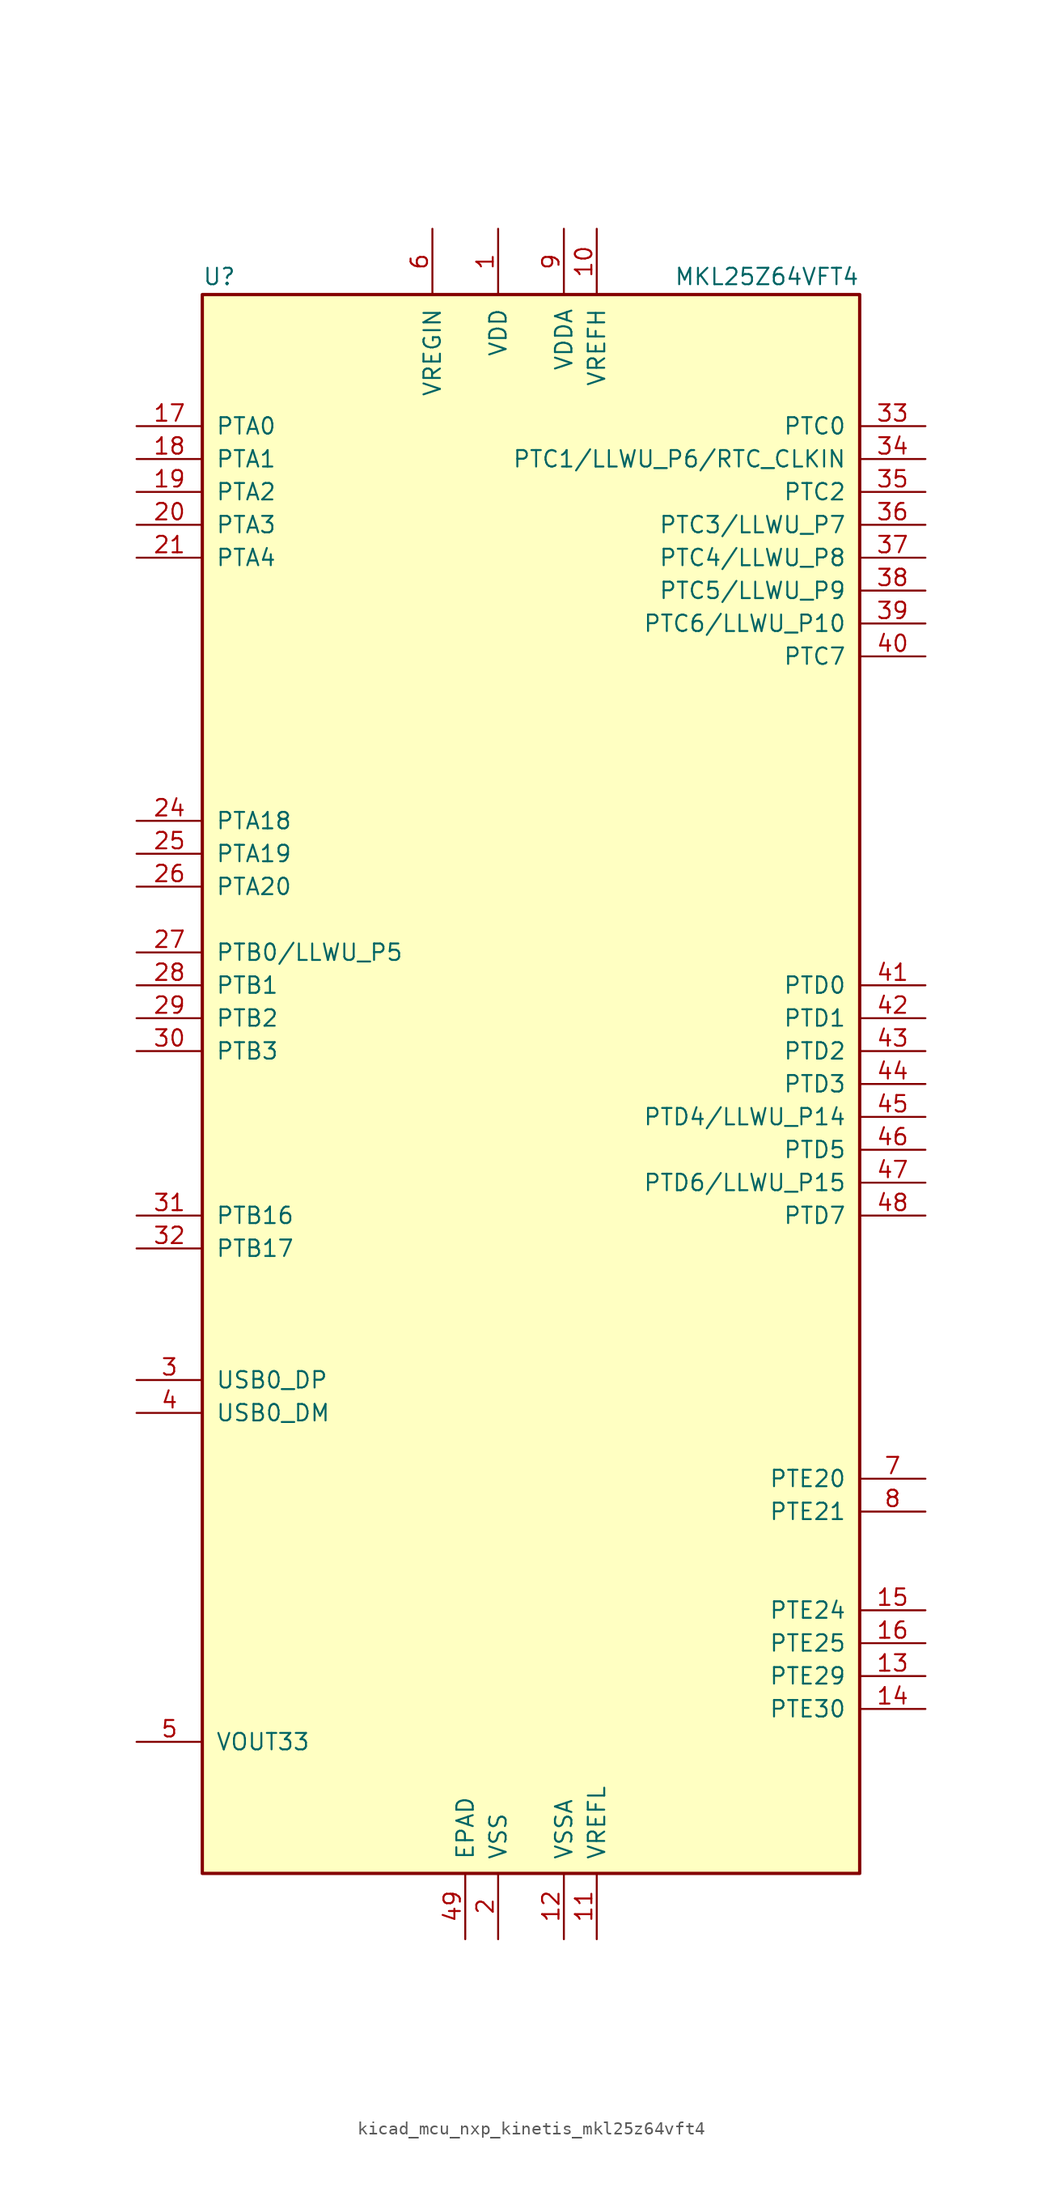
<source format=kicad_sym>
(kicad_symbol_lib
  (version 20220914)
  (generator kicad_symbol_editor)
  (symbol "kicad_mcu_nxp_kinetis_mkl25z64vft4"
    (pin_names
      (offset 1.016))
    (property "Reference" "U"
      (at -25.4 61.595 0)
      (effects (font (size 1.27 1.27)) (justify left bottom)))
    (property "Value" "MKL25Z64VFT4"
      (at 25.4 61.595 0)
      (effects (font (size 1.27 1.27)) (justify right bottom)))
    (symbol "kicad_mcu_nxp_kinetis_mkl25z64vft4_0_1"
      (rectangle (start -25.4 60.96) (end 25.4 -60.96) (stroke (width 0.254) (type default)) (fill (type background))))
    (symbol "kicad_mcu_nxp_kinetis_mkl25z64vft4_1_1"
      (pin power_in line (at -2.54 66.04 270) (length 5.08) (name "VDD" (effects (font (size 1.27 1.27)))) (number "1" (effects (font (size 1.27 1.27)))))
      (pin power_in line (at 5.08 66.04 270) (length 5.08) (name "VREFH" (effects (font (size 1.27 1.27)))) (number "10" (effects (font (size 1.27 1.27)))))
      (pin power_in line (at 5.08 -66.04 90) (length 5.08) (name "VREFL" (effects (font (size 1.27 1.27)))) (number "11" (effects (font (size 1.27 1.27)))))
      (pin power_in line (at 2.54 -66.04 90) (length 5.08) (name "VSSA" (effects (font (size 1.27 1.27)))) (number "12" (effects (font (size 1.27 1.27)))))
      (pin bidirectional line (at 30.48 -45.72 180) (length 5.08) (name "PTE29" (effects (font (size 1.27 1.27)))) (number "13" (effects (font (size 1.27 1.27)))))
      (pin bidirectional line (at 30.48 -48.26 180) (length 5.08) (name "PTE30" (effects (font (size 1.27 1.27)))) (number "14" (effects (font (size 1.27 1.27)))))
      (pin bidirectional line (at 30.48 -40.64 180) (length 5.08) (name "PTE24" (effects (font (size 1.27 1.27)))) (number "15" (effects (font (size 1.27 1.27)))))
      (pin bidirectional line (at 30.48 -43.18 180) (length 5.08) (name "PTE25" (effects (font (size 1.27 1.27)))) (number "16" (effects (font (size 1.27 1.27)))))
      (pin bidirectional line (at -30.48 50.8 0) (length 5.08) (name "PTA0" (effects (font (size 1.27 1.27)))) (number "17" (effects (font (size 1.27 1.27)))))
      (pin bidirectional line (at -30.48 48.26 0) (length 5.08) (name "PTA1" (effects (font (size 1.27 1.27)))) (number "18" (effects (font (size 1.27 1.27)))))
      (pin bidirectional line (at -30.48 45.72 0) (length 5.08) (name "PTA2" (effects (font (size 1.27 1.27)))) (number "19" (effects (font (size 1.27 1.27)))))
      (pin power_in line (at -2.54 -66.04 90) (length 5.08) (name "VSS" (effects (font (size 1.27 1.27)))) (number "2" (effects (font (size 1.27 1.27)))))
      (pin bidirectional line (at -30.48 43.18 0) (length 5.08) (name "PTA3" (effects (font (size 1.27 1.27)))) (number "20" (effects (font (size 1.27 1.27)))))
      (pin bidirectional line (at -30.48 40.64 0) (length 5.08) (name "PTA4" (effects (font (size 1.27 1.27)))) (number "21" (effects (font (size 1.27 1.27)))))
      (pin passive line (at -2.54 66.04 270) (length 5.08) hide (name "VDD" (effects (font (size 1.27 1.27)))) (number "22" (effects (font (size 1.27 1.27)))))
      (pin passive line (at -2.54 -66.04 90) (length 5.08) hide (name "VSS" (effects (font (size 1.27 1.27)))) (number "23" (effects (font (size 1.27 1.27)))))
      (pin bidirectional line (at -30.48 20.32 0) (length 5.08) (name "PTA18" (effects (font (size 1.27 1.27)))) (number "24" (effects (font (size 1.27 1.27)))))
      (pin bidirectional line (at -30.48 17.78 0) (length 5.08) (name "PTA19" (effects (font (size 1.27 1.27)))) (number "25" (effects (font (size 1.27 1.27)))))
      (pin bidirectional line (at -30.48 15.24 0) (length 5.08) (name "PTA20" (effects (font (size 1.27 1.27)))) (number "26" (effects (font (size 1.27 1.27)))))
      (pin bidirectional line (at -30.48 10.16 0) (length 5.08) (name "PTB0/LLWU_P5" (effects (font (size 1.27 1.27)))) (number "27" (effects (font (size 1.27 1.27)))))
      (pin bidirectional line (at -30.48 7.62 0) (length 5.08) (name "PTB1" (effects (font (size 1.27 1.27)))) (number "28" (effects (font (size 1.27 1.27)))))
      (pin bidirectional line (at -30.48 5.08 0) (length 5.08) (name "PTB2" (effects (font (size 1.27 1.27)))) (number "29" (effects (font (size 1.27 1.27)))))
      (pin bidirectional line (at -30.48 -22.86 0) (length 5.08) (name "USB0_DP" (effects (font (size 1.27 1.27)))) (number "3" (effects (font (size 1.27 1.27)))))
      (pin bidirectional line (at -30.48 2.54 0) (length 5.08) (name "PTB3" (effects (font (size 1.27 1.27)))) (number "30" (effects (font (size 1.27 1.27)))))
      (pin bidirectional line (at -30.48 -10.16 0) (length 5.08) (name "PTB16" (effects (font (size 1.27 1.27)))) (number "31" (effects (font (size 1.27 1.27)))))
      (pin bidirectional line (at -30.48 -12.7 0) (length 5.08) (name "PTB17" (effects (font (size 1.27 1.27)))) (number "32" (effects (font (size 1.27 1.27)))))
      (pin bidirectional line (at 30.48 50.8 180) (length 5.08) (name "PTC0" (effects (font (size 1.27 1.27)))) (number "33" (effects (font (size 1.27 1.27)))))
      (pin bidirectional line (at 30.48 48.26 180) (length 5.08) (name "PTC1/LLWU_P6/RTC_CLKIN" (effects (font (size 1.27 1.27)))) (number "34" (effects (font (size 1.27 1.27)))))
      (pin bidirectional line (at 30.48 45.72 180) (length 5.08) (name "PTC2" (effects (font (size 1.27 1.27)))) (number "35" (effects (font (size 1.27 1.27)))))
      (pin bidirectional line (at 30.48 43.18 180) (length 5.08) (name "PTC3/LLWU_P7" (effects (font (size 1.27 1.27)))) (number "36" (effects (font (size 1.27 1.27)))))
      (pin bidirectional line (at 30.48 40.64 180) (length 5.08) (name "PTC4/LLWU_P8" (effects (font (size 1.27 1.27)))) (number "37" (effects (font (size 1.27 1.27)))))
      (pin bidirectional line (at 30.48 38.1 180) (length 5.08) (name "PTC5/LLWU_P9" (effects (font (size 1.27 1.27)))) (number "38" (effects (font (size 1.27 1.27)))))
      (pin bidirectional line (at 30.48 35.56 180) (length 5.08) (name "PTC6/LLWU_P10" (effects (font (size 1.27 1.27)))) (number "39" (effects (font (size 1.27 1.27)))))
      (pin bidirectional line (at -30.48 -25.4 0) (length 5.08) (name "USB0_DM" (effects (font (size 1.27 1.27)))) (number "4" (effects (font (size 1.27 1.27)))))
      (pin bidirectional line (at 30.48 33.02 180) (length 5.08) (name "PTC7" (effects (font (size 1.27 1.27)))) (number "40" (effects (font (size 1.27 1.27)))))
      (pin bidirectional line (at 30.48 7.62 180) (length 5.08) (name "PTD0" (effects (font (size 1.27 1.27)))) (number "41" (effects (font (size 1.27 1.27)))))
      (pin bidirectional line (at 30.48 5.08 180) (length 5.08) (name "PTD1" (effects (font (size 1.27 1.27)))) (number "42" (effects (font (size 1.27 1.27)))))
      (pin bidirectional line (at 30.48 2.54 180) (length 5.08) (name "PTD2" (effects (font (size 1.27 1.27)))) (number "43" (effects (font (size 1.27 1.27)))))
      (pin bidirectional line (at 30.48 0 180) (length 5.08) (name "PTD3" (effects (font (size 1.27 1.27)))) (number "44" (effects (font (size 1.27 1.27)))))
      (pin bidirectional line (at 30.48 -2.54 180) (length 5.08) (name "PTD4/LLWU_P14" (effects (font (size 1.27 1.27)))) (number "45" (effects (font (size 1.27 1.27)))))
      (pin bidirectional line (at 30.48 -5.08 180) (length 5.08) (name "PTD5" (effects (font (size 1.27 1.27)))) (number "46" (effects (font (size 1.27 1.27)))))
      (pin bidirectional line (at 30.48 -7.62 180) (length 5.08) (name "PTD6/LLWU_P15" (effects (font (size 1.27 1.27)))) (number "47" (effects (font (size 1.27 1.27)))))
      (pin bidirectional line (at 30.48 -10.16 180) (length 5.08) (name "PTD7" (effects (font (size 1.27 1.27)))) (number "48" (effects (font (size 1.27 1.27)))))
      (pin power_in line (at -5.08 -66.04 90) (length 5.08) (name "EPAD" (effects (font (size 1.27 1.27)))) (number "49" (effects (font (size 1.27 1.27)))))
      (pin power_out line (at -30.48 -50.8 0) (length 5.08) (name "VOUT33" (effects (font (size 1.27 1.27)))) (number "5" (effects (font (size 1.27 1.27)))))
      (pin power_in line (at -7.62 66.04 270) (length 5.08) (name "VREGIN" (effects (font (size 1.27 1.27)))) (number "6" (effects (font (size 1.27 1.27)))))
      (pin bidirectional line (at 30.48 -30.48 180) (length 5.08) (name "PTE20" (effects (font (size 1.27 1.27)))) (number "7" (effects (font (size 1.27 1.27)))))
      (pin bidirectional line (at 30.48 -33.02 180) (length 5.08) (name "PTE21" (effects (font (size 1.27 1.27)))) (number "8" (effects (font (size 1.27 1.27)))))
      (pin power_in line (at 2.54 66.04 270) (length 5.08) (name "VDDA" (effects (font (size 1.27 1.27)))) (number "9" (effects (font (size 1.27 1.27))))))))
</source>
